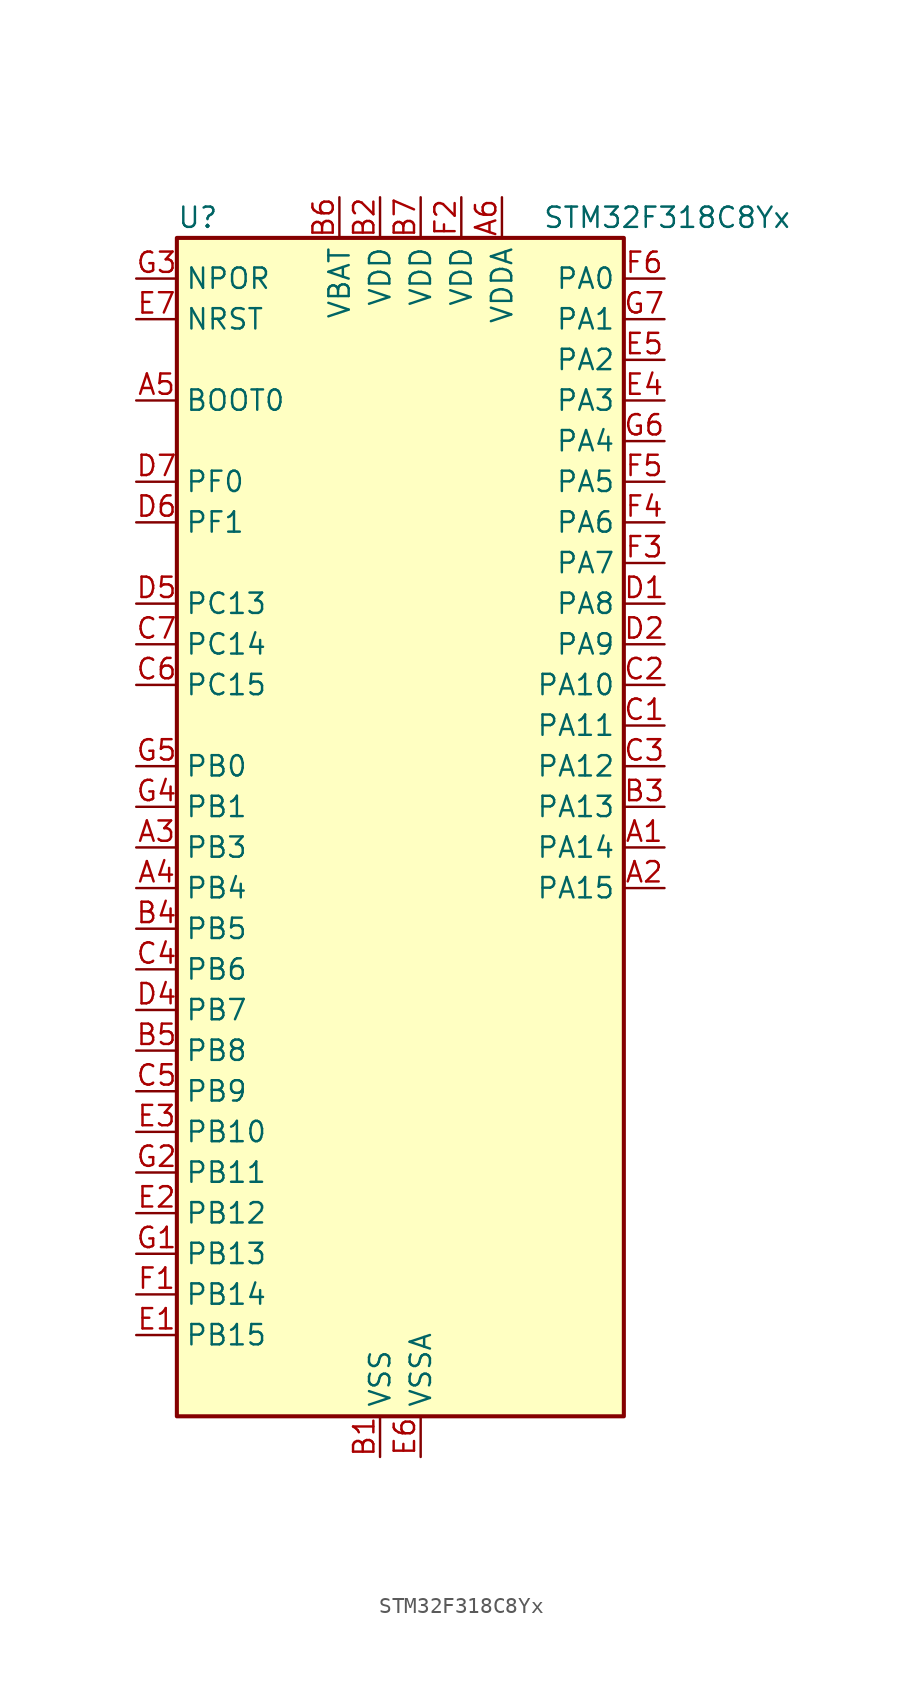
<source format=kicad_sym>
(kicad_symbol_lib
  (version 20220914)
  (generator kicad_symbol_editor)
  (symbol "STM32F318C8Yx"
    (property "Reference" "U"
      (at -12.7 39.37 0)
      (effects (font (size 1.27 1.27)) (justify left)))
    (property "Value" "STM32F318C8Yx"
      (at 10.16 39.37 0)
      (effects (font (size 1.27 1.27)) (justify left)))
    (property "ki_locked" ""
      (at 0 0 0)
      (effects (font (size 1.27 1.27))))
    (symbol "STM32F318C8Yx_0_1"
      (rectangle (start -12.7 -35.56) (end 15.24 38.1) (stroke (width 0.254) (type default)) (fill (type background))))
    (symbol "STM32F318C8Yx_1_1"
      (pin bidirectional line (at 17.78 0 180) (length 2.54) (name "PA14" (effects (font (size 1.27 1.27)))) (number "A1" (effects (font (size 1.27 1.27)))) (alternate "I2C1_SDA" bidirectional line) (alternate "SYS_JTCK-SWCLK" bidirectional line) (alternate "TIM1_BKIN" bidirectional line) (alternate "TSC_G4_IO4" bidirectional line) (alternate "USART2_TX" bidirectional line))
      (pin bidirectional line (at 17.78 -2.54 180) (length 2.54) (name "PA15" (effects (font (size 1.27 1.27)))) (number "A2" (effects (font (size 1.27 1.27)))) (alternate "ADC1_EXTI15" bidirectional line) (alternate "I2C1_SCL" bidirectional line) (alternate "I2S3_WS" bidirectional line) (alternate "SPI3_NSS" bidirectional line) (alternate "SYS_JTDI" bidirectional line) (alternate "TIM1_BKIN" bidirectional line) (alternate "TIM2_CH1" bidirectional line) (alternate "TIM2_ETR" bidirectional line) (alternate "TSC_SYNC" bidirectional line) (alternate "USART2_RX" bidirectional line))
      (pin bidirectional line (at -15.24 0 0) (length 2.54) (name "PB3" (effects (font (size 1.27 1.27)))) (number "A3" (effects (font (size 1.27 1.27)))) (alternate "I2S3_CK" bidirectional line) (alternate "SPI3_SCK" bidirectional line) (alternate "SYS_JTDO-TRACESWO" bidirectional line) (alternate "TIM2_CH2" bidirectional line) (alternate "TSC_G5_IO1" bidirectional line) (alternate "USART2_TX" bidirectional line))
      (pin bidirectional line (at -15.24 -2.54 0) (length 2.54) (name "PB4" (effects (font (size 1.27 1.27)))) (number "A4" (effects (font (size 1.27 1.27)))) (alternate "I2S3_ext_SD" bidirectional line) (alternate "SPI3_MISO" bidirectional line) (alternate "SYS_NJTRST" bidirectional line) (alternate "TIM16_CH1" bidirectional line) (alternate "TIM17_BKIN" bidirectional line) (alternate "TSC_G5_IO2" bidirectional line) (alternate "USART2_RX" bidirectional line))
      (pin input line (at -15.24 27.94 0) (length 2.54) (name "BOOT0" (effects (font (size 1.27 1.27)))) (number "A5" (effects (font (size 1.27 1.27)))))
      (pin power_in line (at 7.62 40.64 270) (length 2.54) (name "VDDA" (effects (font (size 1.27 1.27)))) (number "A6" (effects (font (size 1.27 1.27)))))
      (pin no_connect line (at -12.7 -35.56 0) (length 2.54) hide (name "NC" (effects (font (size 1.27 1.27)))) (number "A7" (effects (font (size 1.27 1.27)))))
      (pin power_in line (at 0 -38.1 90) (length 2.54) (name "VSS" (effects (font (size 1.27 1.27)))) (number "B1" (effects (font (size 1.27 1.27)))))
      (pin power_in line (at 0 40.64 270) (length 2.54) (name "VDD" (effects (font (size 1.27 1.27)))) (number "B2" (effects (font (size 1.27 1.27)))))
      (pin bidirectional line (at 17.78 2.54 180) (length 2.54) (name "PA13" (effects (font (size 1.27 1.27)))) (number "B3" (effects (font (size 1.27 1.27)))) (alternate "IR_OUT" bidirectional line) (alternate "SYS_JTMS-SWDIO" bidirectional line) (alternate "TIM16_CH1N" bidirectional line) (alternate "TSC_G4_IO3" bidirectional line) (alternate "USART3_CTS" bidirectional line))
      (pin bidirectional line (at -15.24 -5.08 0) (length 2.54) (name "PB5" (effects (font (size 1.27 1.27)))) (number "B4" (effects (font (size 1.27 1.27)))) (alternate "I2C1_SMBA" bidirectional line) (alternate "I2C3_SDA" bidirectional line) (alternate "I2S3_SD" bidirectional line) (alternate "SPI3_MOSI" bidirectional line) (alternate "TIM16_BKIN" bidirectional line) (alternate "TIM17_CH1" bidirectional line) (alternate "USART2_CK" bidirectional line))
      (pin bidirectional line (at -15.24 -12.7 0) (length 2.54) (name "PB8" (effects (font (size 1.27 1.27)))) (number "B5" (effects (font (size 1.27 1.27)))) (alternate "I2C1_SCL" bidirectional line) (alternate "TIM16_CH1" bidirectional line) (alternate "TIM1_BKIN" bidirectional line) (alternate "TSC_SYNC" bidirectional line) (alternate "USART3_RX" bidirectional line))
      (pin power_in line (at -2.54 40.64 270) (length 2.54) (name "VBAT" (effects (font (size 1.27 1.27)))) (number "B6" (effects (font (size 1.27 1.27)))))
      (pin power_in line (at 2.54 40.64 270) (length 2.54) (name "VDD" (effects (font (size 1.27 1.27)))) (number "B7" (effects (font (size 1.27 1.27)))))
      (pin bidirectional line (at 17.78 7.62 180) (length 2.54) (name "PA11" (effects (font (size 1.27 1.27)))) (number "C1" (effects (font (size 1.27 1.27)))) (alternate "ADC1_EXTI11" bidirectional line) (alternate "I2S2_SD" bidirectional line) (alternate "SPI2_MOSI" bidirectional line) (alternate "TIM1_BKIN2" bidirectional line) (alternate "TIM1_CH1N" bidirectional line) (alternate "TIM1_CH4" bidirectional line) (alternate "USART1_CTS" bidirectional line))
      (pin bidirectional line (at 17.78 10.16 180) (length 2.54) (name "PA10" (effects (font (size 1.27 1.27)))) (number "C2" (effects (font (size 1.27 1.27)))) (alternate "COMP6_OUT" bidirectional line) (alternate "I2C2_SDA" bidirectional line) (alternate "I2S2_ext_SD" bidirectional line) (alternate "SPI2_MISO" bidirectional line) (alternate "TIM17_BKIN" bidirectional line) (alternate "TIM1_CH3" bidirectional line) (alternate "TIM2_CH4" bidirectional line) (alternate "TSC_G4_IO2" bidirectional line) (alternate "USART1_RX" bidirectional line))
      (pin bidirectional line (at 17.78 5.08 180) (length 2.54) (name "PA12" (effects (font (size 1.27 1.27)))) (number "C3" (effects (font (size 1.27 1.27)))) (alternate "COMP2_OUT" bidirectional line) (alternate "I2S_CKIN" bidirectional line) (alternate "TIM16_CH1" bidirectional line) (alternate "TIM1_CH2N" bidirectional line) (alternate "TIM1_ETR" bidirectional line) (alternate "USART1_DE" bidirectional line) (alternate "USART1_RTS" bidirectional line))
      (pin bidirectional line (at -15.24 -7.62 0) (length 2.54) (name "PB6" (effects (font (size 1.27 1.27)))) (number "C4" (effects (font (size 1.27 1.27)))) (alternate "I2C1_SCL" bidirectional line) (alternate "TIM16_CH1N" bidirectional line) (alternate "TSC_G5_IO3" bidirectional line) (alternate "USART1_TX" bidirectional line))
      (pin bidirectional line (at -15.24 -15.24 0) (length 2.54) (name "PB9" (effects (font (size 1.27 1.27)))) (number "C5" (effects (font (size 1.27 1.27)))) (alternate "COMP2_OUT" bidirectional line) (alternate "DAC_EXTI9" bidirectional line) (alternate "I2C1_SDA" bidirectional line) (alternate "IR_OUT" bidirectional line) (alternate "TIM17_CH1" bidirectional line) (alternate "USART3_TX" bidirectional line))
      (pin bidirectional line (at -15.24 10.16 0) (length 2.54) (name "PC15" (effects (font (size 1.27 1.27)))) (number "C6" (effects (font (size 1.27 1.27)))) (alternate "ADC1_EXTI15" bidirectional line) (alternate "RCC_OSC32_OUT" bidirectional line))
      (pin bidirectional line (at -15.24 12.7 0) (length 2.54) (name "PC14" (effects (font (size 1.27 1.27)))) (number "C7" (effects (font (size 1.27 1.27)))) (alternate "RCC_OSC32_IN" bidirectional line))
      (pin bidirectional line (at 17.78 15.24 180) (length 2.54) (name "PA8" (effects (font (size 1.27 1.27)))) (number "D1" (effects (font (size 1.27 1.27)))) (alternate "I2C2_SMBA" bidirectional line) (alternate "I2C3_SCL" bidirectional line) (alternate "I2S2_MCK" bidirectional line) (alternate "RCC_MCO" bidirectional line) (alternate "TIM1_CH1" bidirectional line) (alternate "USART1_CK" bidirectional line))
      (pin bidirectional line (at 17.78 12.7 180) (length 2.54) (name "PA9" (effects (font (size 1.27 1.27)))) (number "D2" (effects (font (size 1.27 1.27)))) (alternate "DAC_EXTI9" bidirectional line) (alternate "I2C2_SCL" bidirectional line) (alternate "I2C3_SMBA" bidirectional line) (alternate "I2S3_MCK" bidirectional line) (alternate "TIM15_BKIN" bidirectional line) (alternate "TIM1_CH2" bidirectional line) (alternate "TIM2_CH3" bidirectional line) (alternate "TSC_G4_IO1" bidirectional line) (alternate "USART1_TX" bidirectional line))
      (pin passive line (at 0 -38.1 90) (length 2.54) hide (name "VSS" (effects (font (size 1.27 1.27)))) (number "D3" (effects (font (size 1.27 1.27)))))
      (pin bidirectional line (at -15.24 -10.16 0) (length 2.54) (name "PB7" (effects (font (size 1.27 1.27)))) (number "D4" (effects (font (size 1.27 1.27)))) (alternate "I2C1_SDA" bidirectional line) (alternate "TIM17_CH1N" bidirectional line) (alternate "TSC_G5_IO4" bidirectional line) (alternate "USART1_RX" bidirectional line))
      (pin bidirectional line (at -15.24 15.24 0) (length 2.54) (name "PC13" (effects (font (size 1.27 1.27)))) (number "D5" (effects (font (size 1.27 1.27)))) (alternate "RTC_OUT_ALARM" bidirectional line) (alternate "RTC_OUT_CALIB" bidirectional line) (alternate "RTC_TAMP1" bidirectional line) (alternate "RTC_TS" bidirectional line) (alternate "SYS_WKUP2" bidirectional line) (alternate "TIM1_CH1N" bidirectional line))
      (pin bidirectional line (at -15.24 20.32 0) (length 2.54) (name "PF1" (effects (font (size 1.27 1.27)))) (number "D6" (effects (font (size 1.27 1.27)))) (alternate "I2C2_SCL" bidirectional line) (alternate "I2S2_CK" bidirectional line) (alternate "RCC_OSC_OUT" bidirectional line) (alternate "SPI2_SCK" bidirectional line))
      (pin bidirectional line (at -15.24 22.86 0) (length 2.54) (name "PF0" (effects (font (size 1.27 1.27)))) (number "D7" (effects (font (size 1.27 1.27)))) (alternate "I2C2_SDA" bidirectional line) (alternate "I2S2_WS" bidirectional line) (alternate "RCC_OSC_IN" bidirectional line) (alternate "SPI2_NSS" bidirectional line) (alternate "TIM1_CH3N" bidirectional line))
      (pin bidirectional line (at -15.24 -30.48 0) (length 2.54) (name "PB15" (effects (font (size 1.27 1.27)))) (number "E1" (effects (font (size 1.27 1.27)))) (alternate "ADC1_EXTI15" bidirectional line) (alternate "COMP6_INM" bidirectional line) (alternate "I2S2_SD" bidirectional line) (alternate "RTC_REFIN" bidirectional line) (alternate "SPI2_MOSI" bidirectional line) (alternate "TIM15_CH1N" bidirectional line) (alternate "TIM15_CH2" bidirectional line) (alternate "TIM1_CH3N" bidirectional line))
      (pin bidirectional line (at -15.24 -22.86 0) (length 2.54) (name "PB12" (effects (font (size 1.27 1.27)))) (number "E2" (effects (font (size 1.27 1.27)))) (alternate "I2C2_SMBA" bidirectional line) (alternate "I2S2_WS" bidirectional line) (alternate "SPI2_NSS" bidirectional line) (alternate "TIM1_BKIN" bidirectional line) (alternate "TSC_G6_IO2" bidirectional line) (alternate "USART3_CK" bidirectional line))
      (pin bidirectional line (at -15.24 -17.78 0) (length 2.54) (name "PB10" (effects (font (size 1.27 1.27)))) (number "E3" (effects (font (size 1.27 1.27)))) (alternate "TIM2_CH3" bidirectional line) (alternate "TSC_SYNC" bidirectional line) (alternate "USART3_TX" bidirectional line))
      (pin bidirectional line (at 17.78 27.94 180) (length 2.54) (name "PA3" (effects (font (size 1.27 1.27)))) (number "E4" (effects (font (size 1.27 1.27)))) (alternate "ADC1_IN4" bidirectional line) (alternate "TIM15_CH2" bidirectional line) (alternate "TIM2_CH4" bidirectional line) (alternate "TSC_G1_IO4" bidirectional line) (alternate "USART2_RX" bidirectional line))
      (pin bidirectional line (at 17.78 30.48 180) (length 2.54) (name "PA2" (effects (font (size 1.27 1.27)))) (number "E5" (effects (font (size 1.27 1.27)))) (alternate "ADC1_IN3" bidirectional line) (alternate "COMP2_INM" bidirectional line) (alternate "COMP2_OUT" bidirectional line) (alternate "TIM15_CH1" bidirectional line) (alternate "TIM2_CH3" bidirectional line) (alternate "TSC_G1_IO3" bidirectional line) (alternate "USART2_TX" bidirectional line))
      (pin power_in line (at 2.54 -38.1 90) (length 2.54) (name "VSSA" (effects (font (size 1.27 1.27)))) (number "E6" (effects (font (size 1.27 1.27)))))
      (pin input line (at -15.24 33.02 0) (length 2.54) (name "NRST" (effects (font (size 1.27 1.27)))) (number "E7" (effects (font (size 1.27 1.27)))))
      (pin bidirectional line (at -15.24 -27.94 0) (length 2.54) (name "PB14" (effects (font (size 1.27 1.27)))) (number "F1" (effects (font (size 1.27 1.27)))) (alternate "I2S2_ext_SD" bidirectional line) (alternate "OPAMP2_VINP" bidirectional line) (alternate "OPAMP2_VINP_SEC" bidirectional line) (alternate "SPI2_MISO" bidirectional line) (alternate "TIM15_CH1" bidirectional line) (alternate "TIM1_CH2N" bidirectional line) (alternate "TSC_G6_IO4" bidirectional line) (alternate "USART3_DE" bidirectional line) (alternate "USART3_RTS" bidirectional line))
      (pin power_in line (at 5.08 40.64 270) (length 2.54) (name "VDD" (effects (font (size 1.27 1.27)))) (number "F2" (effects (font (size 1.27 1.27)))))
      (pin bidirectional line (at 17.78 17.78 180) (length 2.54) (name "PA7" (effects (font (size 1.27 1.27)))) (number "F3" (effects (font (size 1.27 1.27)))) (alternate "ADC1_IN15" bidirectional line) (alternate "COMP2_INP" bidirectional line) (alternate "OPAMP2_VINP" bidirectional line) (alternate "OPAMP2_VINP_SEC" bidirectional line) (alternate "TIM17_CH1" bidirectional line) (alternate "TIM1_CH1N" bidirectional line) (alternate "TSC_G2_IO4" bidirectional line))
      (pin bidirectional line (at 17.78 20.32 180) (length 2.54) (name "PA6" (effects (font (size 1.27 1.27)))) (number "F4" (effects (font (size 1.27 1.27)))) (alternate "ADC1_IN10" bidirectional line) (alternate "OPAMP2_VOUT" bidirectional line) (alternate "TIM16_CH1" bidirectional line) (alternate "TIM1_BKIN" bidirectional line) (alternate "TSC_G2_IO3" bidirectional line))
      (pin bidirectional line (at 17.78 22.86 180) (length 2.54) (name "PA5" (effects (font (size 1.27 1.27)))) (number "F5" (effects (font (size 1.27 1.27)))) (alternate "OPAMP2_VINM" bidirectional line) (alternate "OPAMP2_VINM_SEC" bidirectional line) (alternate "TIM2_CH1" bidirectional line) (alternate "TIM2_ETR" bidirectional line) (alternate "TSC_G2_IO2" bidirectional line))
      (pin bidirectional line (at 17.78 35.56 180) (length 2.54) (name "PA0" (effects (font (size 1.27 1.27)))) (number "F6" (effects (font (size 1.27 1.27)))) (alternate "ADC1_IN1" bidirectional line) (alternate "RTC_TAMP2" bidirectional line) (alternate "SYS_WKUP1" bidirectional line) (alternate "TIM2_CH1" bidirectional line) (alternate "TIM2_ETR" bidirectional line) (alternate "TSC_G1_IO1" bidirectional line) (alternate "USART2_CTS" bidirectional line))
      (pin passive line (at 0 -38.1 90) (length 2.54) hide (name "VSS" (effects (font (size 1.27 1.27)))) (number "F7" (effects (font (size 1.27 1.27)))))
      (pin bidirectional line (at -15.24 -25.4 0) (length 2.54) (name "PB13" (effects (font (size 1.27 1.27)))) (number "G1" (effects (font (size 1.27 1.27)))) (alternate "ADC1_IN13" bidirectional line) (alternate "I2S2_CK" bidirectional line) (alternate "SPI2_SCK" bidirectional line) (alternate "TIM1_CH1N" bidirectional line) (alternate "TSC_G6_IO3" bidirectional line) (alternate "USART3_CTS" bidirectional line))
      (pin bidirectional line (at -15.24 -20.32 0) (length 2.54) (name "PB11" (effects (font (size 1.27 1.27)))) (number "G2" (effects (font (size 1.27 1.27)))) (alternate "ADC1_EXTI11" bidirectional line) (alternate "ADC1_IN14" bidirectional line) (alternate "COMP6_INP" bidirectional line) (alternate "TIM2_CH4" bidirectional line) (alternate "TSC_G6_IO1" bidirectional line) (alternate "USART3_RX" bidirectional line))
      (pin input line (at -15.24 35.56 0) (length 2.54) (name "NPOR" (effects (font (size 1.27 1.27)))) (number "G3" (effects (font (size 1.27 1.27)))))
      (pin bidirectional line (at -15.24 2.54 0) (length 2.54) (name "PB1" (effects (font (size 1.27 1.27)))) (number "G4" (effects (font (size 1.27 1.27)))) (alternate "ADC1_IN12" bidirectional line) (alternate "COMP4_OUT" bidirectional line) (alternate "TIM1_CH3N" bidirectional line) (alternate "TSC_G3_IO3" bidirectional line))
      (pin bidirectional line (at -15.24 5.08 0) (length 2.54) (name "PB0" (effects (font (size 1.27 1.27)))) (number "G5" (effects (font (size 1.27 1.27)))) (alternate "ADC1_IN11" bidirectional line) (alternate "COMP4_INP" bidirectional line) (alternate "OPAMP2_VINP" bidirectional line) (alternate "OPAMP2_VINP_SEC" bidirectional line) (alternate "TIM1_CH2N" bidirectional line) (alternate "TSC_G3_IO2" bidirectional line))
      (pin bidirectional line (at 17.78 25.4 180) (length 2.54) (name "PA4" (effects (font (size 1.27 1.27)))) (number "G6" (effects (font (size 1.27 1.27)))) (alternate "ADC1_IN5" bidirectional line) (alternate "COMP2_INM" bidirectional line) (alternate "COMP4_INM" bidirectional line) (alternate "COMP6_INM" bidirectional line) (alternate "DAC_OUT1" bidirectional line) (alternate "I2S3_WS" bidirectional line) (alternate "SPI3_NSS" bidirectional line) (alternate "TSC_G2_IO1" bidirectional line) (alternate "USART2_CK" bidirectional line))
      (pin bidirectional line (at 17.78 33.02 180) (length 2.54) (name "PA1" (effects (font (size 1.27 1.27)))) (number "G7" (effects (font (size 1.27 1.27)))) (alternate "ADC1_IN2" bidirectional line) (alternate "RTC_REFIN" bidirectional line) (alternate "TIM15_CH1N" bidirectional line) (alternate "TIM2_CH2" bidirectional line) (alternate "TSC_G1_IO2" bidirectional line) (alternate "USART2_DE" bidirectional line) (alternate "USART2_RTS" bidirectional line)))))
</source>
